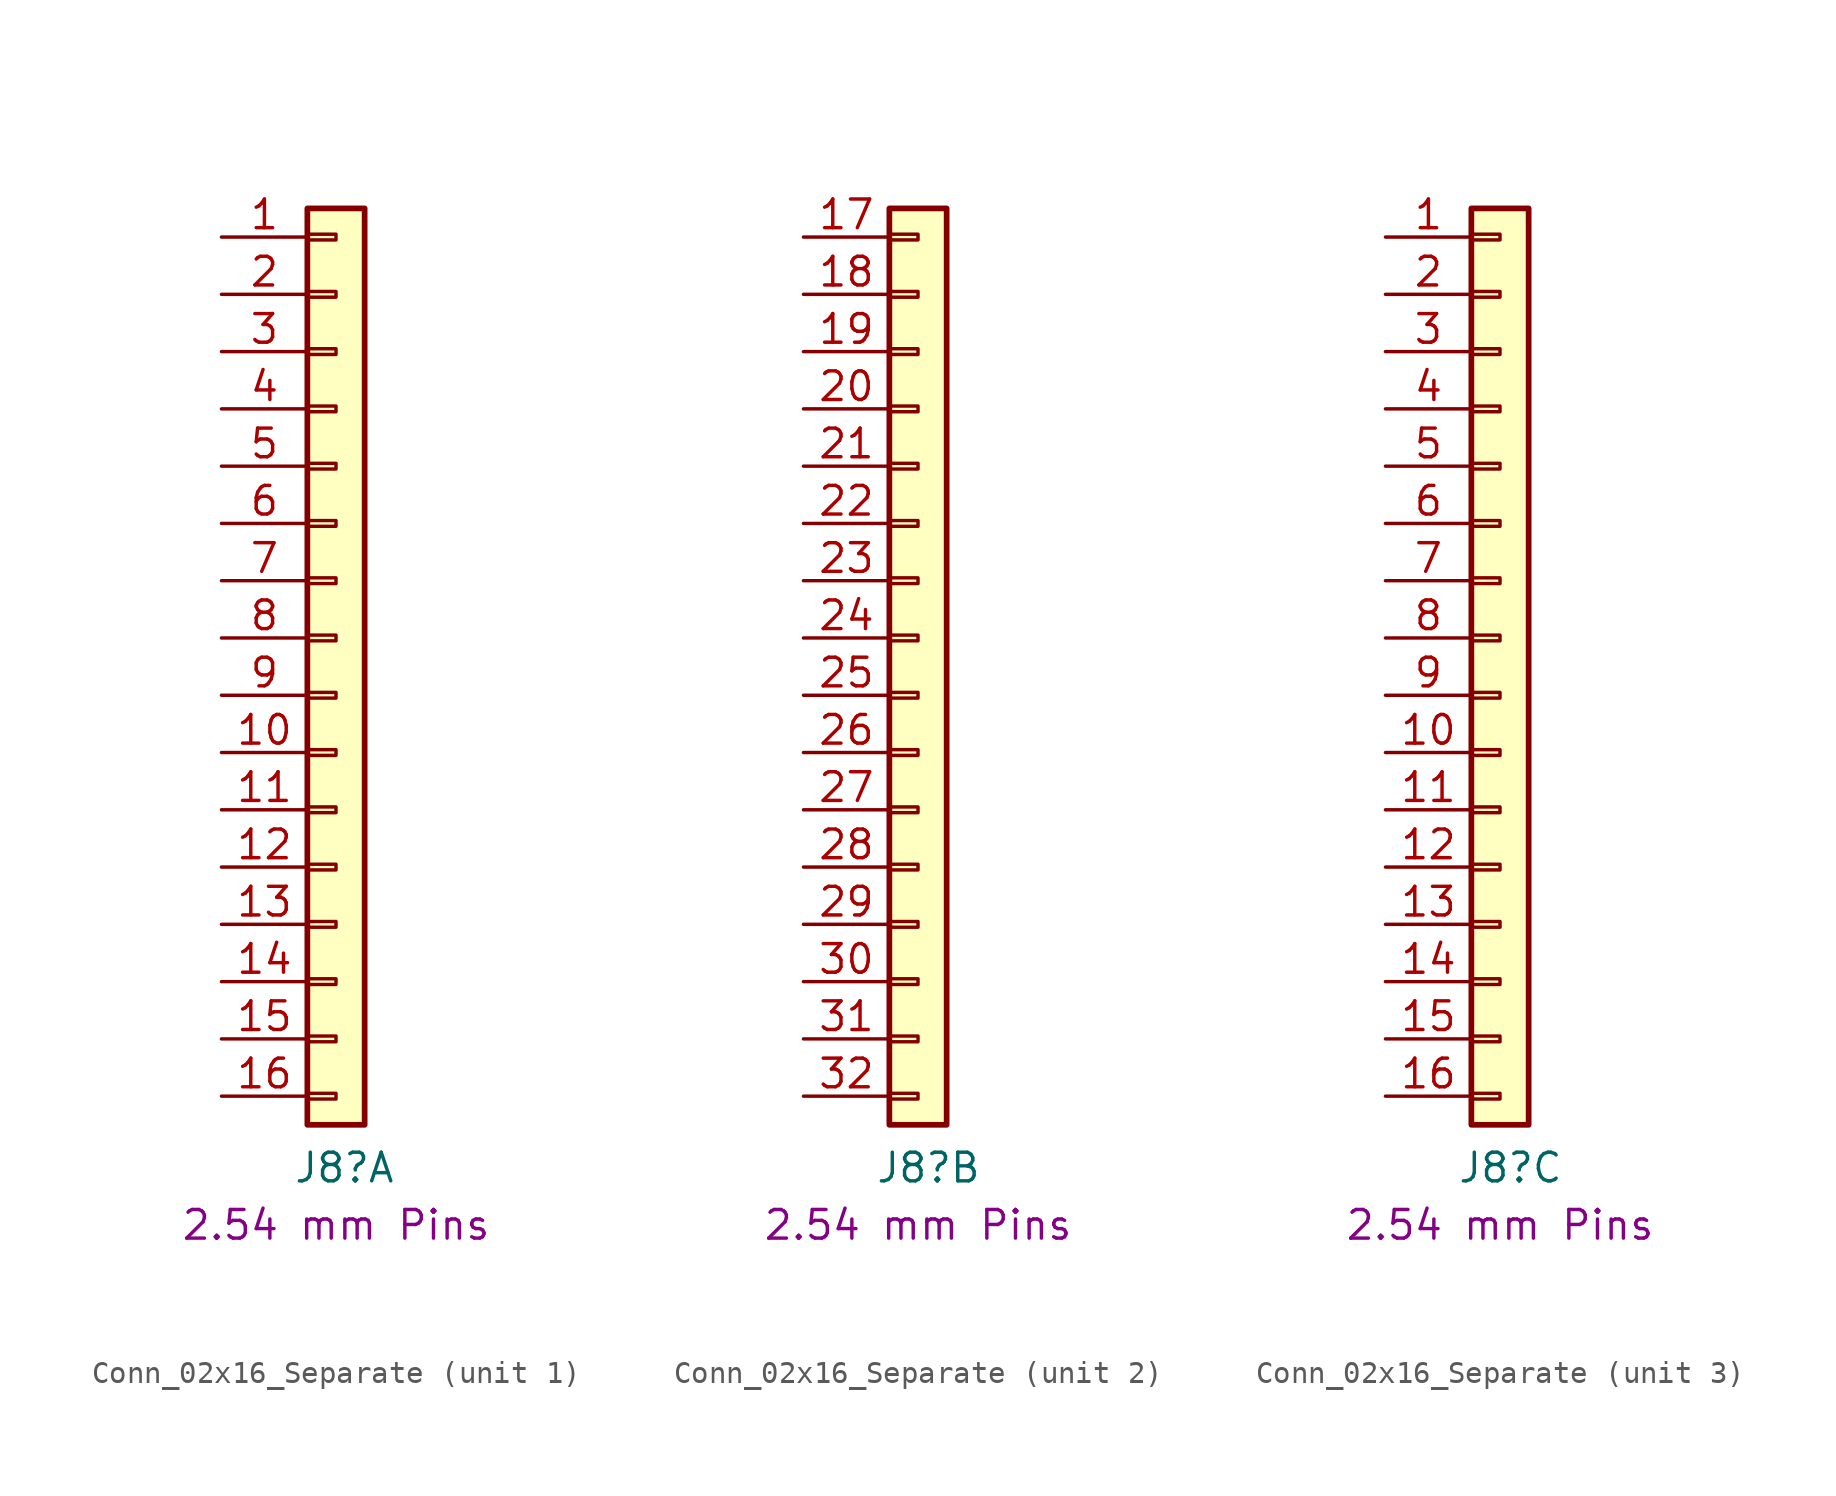
<source format=kicad_sym>
(kicad_symbol_lib
  (version 20211014)
  (generator kicad_symbol_editor)
  (symbol "Conn_02x16_Separate"
    (property "Reference" "J8"
      (at -1.905 -22.225 0)
      (effects (font (size 1.27 1.27)) (justify left)))
    (property "Field4" "2.54 mm Pins"
      (at 0 -24.765 0)
      (effects (font (size 1.27 1.27))))
    (property "ki_locked" ""
      (at 0 0 0)
      (effects (font (size 1.27 1.27))))
    (symbol "Conn_02x16_Separate_1_1"
      (rectangle (start -1.27 -18.923) (end 0 -19.177) (stroke (width 0.152) (type default) (color 0 0 0 0)) (fill (type none)))
      (rectangle (start -1.27 -16.383) (end 0 -16.637) (stroke (width 0.152) (type default) (color 0 0 0 0)) (fill (type none)))
      (rectangle (start -1.27 -13.843) (end 0 -14.097) (stroke (width 0.152) (type default) (color 0 0 0 0)) (fill (type none)))
      (rectangle (start -1.27 -11.303) (end 0 -11.557) (stroke (width 0.152) (type default) (color 0 0 0 0)) (fill (type none)))
      (rectangle (start -1.27 -8.763) (end 0 -9.017) (stroke (width 0.152) (type default) (color 0 0 0 0)) (fill (type none)))
      (rectangle (start -1.27 -6.223) (end 0 -6.477) (stroke (width 0.152) (type default) (color 0 0 0 0)) (fill (type none)))
      (rectangle (start -1.27 -3.683) (end 0 -3.937) (stroke (width 0.152) (type default) (color 0 0 0 0)) (fill (type none)))
      (rectangle (start -1.27 -1.143) (end 0 -1.397) (stroke (width 0.152) (type default) (color 0 0 0 0)) (fill (type none)))
      (rectangle (start -1.27 1.397) (end 0 1.143) (stroke (width 0.152) (type default) (color 0 0 0 0)) (fill (type none)))
      (rectangle (start -1.27 3.937) (end 0 3.683) (stroke (width 0.152) (type default) (color 0 0 0 0)) (fill (type none)))
      (rectangle (start -1.27 6.477) (end 0 6.223) (stroke (width 0.152) (type default) (color 0 0 0 0)) (fill (type none)))
      (rectangle (start -1.27 9.017) (end 0 8.763) (stroke (width 0.152) (type default) (color 0 0 0 0)) (fill (type none)))
      (rectangle (start -1.27 11.557) (end 0 11.303) (stroke (width 0.152) (type default) (color 0 0 0 0)) (fill (type none)))
      (rectangle (start -1.27 14.097) (end 0 13.843) (stroke (width 0.152) (type default) (color 0 0 0 0)) (fill (type none)))
      (rectangle (start -1.27 16.637) (end 0 16.383) (stroke (width 0.152) (type default) (color 0 0 0 0)) (fill (type none)))
      (rectangle (start -1.27 19.177) (end 0 18.923) (stroke (width 0.152) (type default) (color 0 0 0 0)) (fill (type none)))
      (rectangle (start -1.27 20.32) (end 1.27 -20.32) (stroke (width 0.254) (type default) (color 0 0 0 0)) (fill (type background)))
      (pin passive line (at -5.08 19.05 0) (length 3.81) (name "" (effects (font (size 1.27 1.27)))) (number "1" (effects (font (size 1.27 1.27)))))
      (pin passive line (at -5.08 -3.81 0) (length 3.81) (name "" (effects (font (size 1.27 1.27)))) (number "10" (effects (font (size 1.27 1.27)))))
      (pin passive line (at -5.08 -6.35 0) (length 3.81) (name "" (effects (font (size 1.27 1.27)))) (number "11" (effects (font (size 1.27 1.27)))))
      (pin passive line (at -5.08 -8.89 0) (length 3.81) (name "" (effects (font (size 1.27 1.27)))) (number "12" (effects (font (size 1.27 1.27)))))
      (pin passive line (at -5.08 -11.43 0) (length 3.81) (name "" (effects (font (size 1.27 1.27)))) (number "13" (effects (font (size 1.27 1.27)))))
      (pin passive line (at -5.08 -13.97 0) (length 3.81) (name "" (effects (font (size 1.27 1.27)))) (number "14" (effects (font (size 1.27 1.27)))))
      (pin passive line (at -5.08 -16.51 0) (length 3.81) (name "" (effects (font (size 1.27 1.27)))) (number "15" (effects (font (size 1.27 1.27)))))
      (pin passive line (at -5.08 -19.05 0) (length 3.81) (name "" (effects (font (size 1.27 1.27)))) (number "16" (effects (font (size 1.27 1.27)))))
      (pin passive line (at -5.08 16.51 0) (length 3.81) (name "" (effects (font (size 1.27 1.27)))) (number "2" (effects (font (size 1.27 1.27)))))
      (pin passive line (at -5.08 13.97 0) (length 3.81) (name "" (effects (font (size 1.27 1.27)))) (number "3" (effects (font (size 1.27 1.27)))))
      (pin passive line (at -5.08 11.43 0) (length 3.81) (name "" (effects (font (size 1.27 1.27)))) (number "4" (effects (font (size 1.27 1.27)))))
      (pin passive line (at -5.08 8.89 0) (length 3.81) (name "" (effects (font (size 1.27 1.27)))) (number "5" (effects (font (size 1.27 1.27)))))
      (pin passive line (at -5.08 6.35 0) (length 3.81) (name "" (effects (font (size 1.27 1.27)))) (number "6" (effects (font (size 1.27 1.27)))))
      (pin passive line (at -5.08 3.81 0) (length 3.81) (name "" (effects (font (size 1.27 1.27)))) (number "7" (effects (font (size 1.27 1.27)))))
      (pin passive line (at -5.08 1.27 0) (length 3.81) (name "" (effects (font (size 1.27 1.27)))) (number "8" (effects (font (size 1.27 1.27)))))
      (pin passive line (at -5.08 -1.27 0) (length 3.81) (name "" (effects (font (size 1.27 1.27)))) (number "9" (effects (font (size 1.27 1.27))))))
    (symbol "Conn_02x16_Separate_2_1"
      (rectangle (start -1.27 -18.923) (end 0 -19.177) (stroke (width 0.152) (type default) (color 0 0 0 0)) (fill (type none)))
      (rectangle (start -1.27 -16.383) (end 0 -16.637) (stroke (width 0.152) (type default) (color 0 0 0 0)) (fill (type none)))
      (rectangle (start -1.27 -13.843) (end 0 -14.097) (stroke (width 0.152) (type default) (color 0 0 0 0)) (fill (type none)))
      (rectangle (start -1.27 -11.303) (end 0 -11.557) (stroke (width 0.152) (type default) (color 0 0 0 0)) (fill (type none)))
      (rectangle (start -1.27 -8.763) (end 0 -9.017) (stroke (width 0.152) (type default) (color 0 0 0 0)) (fill (type none)))
      (rectangle (start -1.27 -6.223) (end 0 -6.477) (stroke (width 0.152) (type default) (color 0 0 0 0)) (fill (type none)))
      (rectangle (start -1.27 -3.683) (end 0 -3.937) (stroke (width 0.152) (type default) (color 0 0 0 0)) (fill (type none)))
      (rectangle (start -1.27 -1.143) (end 0 -1.397) (stroke (width 0.152) (type default) (color 0 0 0 0)) (fill (type none)))
      (rectangle (start -1.27 1.397) (end 0 1.143) (stroke (width 0.152) (type default) (color 0 0 0 0)) (fill (type none)))
      (rectangle (start -1.27 3.937) (end 0 3.683) (stroke (width 0.152) (type default) (color 0 0 0 0)) (fill (type none)))
      (rectangle (start -1.27 6.477) (end 0 6.223) (stroke (width 0.152) (type default) (color 0 0 0 0)) (fill (type none)))
      (rectangle (start -1.27 9.017) (end 0 8.763) (stroke (width 0.152) (type default) (color 0 0 0 0)) (fill (type none)))
      (rectangle (start -1.27 11.557) (end 0 11.303) (stroke (width 0.152) (type default) (color 0 0 0 0)) (fill (type none)))
      (rectangle (start -1.27 14.097) (end 0 13.843) (stroke (width 0.152) (type default) (color 0 0 0 0)) (fill (type none)))
      (rectangle (start -1.27 16.637) (end 0 16.383) (stroke (width 0.152) (type default) (color 0 0 0 0)) (fill (type none)))
      (rectangle (start -1.27 19.177) (end 0 18.923) (stroke (width 0.152) (type default) (color 0 0 0 0)) (fill (type none)))
      (rectangle (start -1.27 20.32) (end 1.27 -20.32) (stroke (width 0.254) (type default) (color 0 0 0 0)) (fill (type background)))
      (pin passive line (at -5.08 19.05 0) (length 3.81) (name "" (effects (font (size 1.27 1.27)))) (number "17" (effects (font (size 1.27 1.27)))))
      (pin passive line (at -5.08 16.51 0) (length 3.81) (name "" (effects (font (size 1.27 1.27)))) (number "18" (effects (font (size 1.27 1.27)))))
      (pin passive line (at -5.08 13.97 0) (length 3.81) (name "" (effects (font (size 1.27 1.27)))) (number "19" (effects (font (size 1.27 1.27)))))
      (pin passive line (at -5.08 11.43 0) (length 3.81) (name "" (effects (font (size 1.27 1.27)))) (number "20" (effects (font (size 1.27 1.27)))))
      (pin passive line (at -5.08 8.89 0) (length 3.81) (name "" (effects (font (size 1.27 1.27)))) (number "21" (effects (font (size 1.27 1.27)))))
      (pin passive line (at -5.08 6.35 0) (length 3.81) (name "" (effects (font (size 1.27 1.27)))) (number "22" (effects (font (size 1.27 1.27)))))
      (pin passive line (at -5.08 3.81 0) (length 3.81) (name "" (effects (font (size 1.27 1.27)))) (number "23" (effects (font (size 1.27 1.27)))))
      (pin passive line (at -5.08 1.27 0) (length 3.81) (name "" (effects (font (size 1.27 1.27)))) (number "24" (effects (font (size 1.27 1.27)))))
      (pin passive line (at -5.08 -1.27 0) (length 3.81) (name "" (effects (font (size 1.27 1.27)))) (number "25" (effects (font (size 1.27 1.27)))))
      (pin passive line (at -5.08 -3.81 0) (length 3.81) (name "" (effects (font (size 1.27 1.27)))) (number "26" (effects (font (size 1.27 1.27)))))
      (pin passive line (at -5.08 -6.35 0) (length 3.81) (name "" (effects (font (size 1.27 1.27)))) (number "27" (effects (font (size 1.27 1.27)))))
      (pin passive line (at -5.08 -8.89 0) (length 3.81) (name "" (effects (font (size 1.27 1.27)))) (number "28" (effects (font (size 1.27 1.27)))))
      (pin passive line (at -5.08 -11.43 0) (length 3.81) (name "" (effects (font (size 1.27 1.27)))) (number "29" (effects (font (size 1.27 1.27)))))
      (pin passive line (at -5.08 -13.97 0) (length 3.81) (name "" (effects (font (size 1.27 1.27)))) (number "30" (effects (font (size 1.27 1.27)))))
      (pin passive line (at -5.08 -16.51 0) (length 3.81) (name "" (effects (font (size 1.27 1.27)))) (number "31" (effects (font (size 1.27 1.27)))))
      (pin passive line (at -5.08 -19.05 0) (length 3.81) (name "" (effects (font (size 1.27 1.27)))) (number "32" (effects (font (size 1.27 1.27))))))
    (symbol "Conn_02x16_Separate_3_1"
      (rectangle (start -1.27 -18.923) (end 0 -19.177) (stroke (width 0.152) (type default) (color 0 0 0 0)) (fill (type none)))
      (rectangle (start -1.27 -16.383) (end 0 -16.637) (stroke (width 0.152) (type default) (color 0 0 0 0)) (fill (type none)))
      (rectangle (start -1.27 -13.843) (end 0 -14.097) (stroke (width 0.152) (type default) (color 0 0 0 0)) (fill (type none)))
      (rectangle (start -1.27 -11.303) (end 0 -11.557) (stroke (width 0.152) (type default) (color 0 0 0 0)) (fill (type none)))
      (rectangle (start -1.27 -8.763) (end 0 -9.017) (stroke (width 0.152) (type default) (color 0 0 0 0)) (fill (type none)))
      (rectangle (start -1.27 -6.223) (end 0 -6.477) (stroke (width 0.152) (type default) (color 0 0 0 0)) (fill (type none)))
      (rectangle (start -1.27 -3.683) (end 0 -3.937) (stroke (width 0.152) (type default) (color 0 0 0 0)) (fill (type none)))
      (rectangle (start -1.27 -1.143) (end 0 -1.397) (stroke (width 0.152) (type default) (color 0 0 0 0)) (fill (type none)))
      (rectangle (start -1.27 1.397) (end 0 1.143) (stroke (width 0.152) (type default) (color 0 0 0 0)) (fill (type none)))
      (rectangle (start -1.27 3.937) (end 0 3.683) (stroke (width 0.152) (type default) (color 0 0 0 0)) (fill (type none)))
      (rectangle (start -1.27 6.477) (end 0 6.223) (stroke (width 0.152) (type default) (color 0 0 0 0)) (fill (type none)))
      (rectangle (start -1.27 9.017) (end 0 8.763) (stroke (width 0.152) (type default) (color 0 0 0 0)) (fill (type none)))
      (rectangle (start -1.27 11.557) (end 0 11.303) (stroke (width 0.152) (type default) (color 0 0 0 0)) (fill (type none)))
      (rectangle (start -1.27 14.097) (end 0 13.843) (stroke (width 0.152) (type default) (color 0 0 0 0)) (fill (type none)))
      (rectangle (start -1.27 16.637) (end 0 16.383) (stroke (width 0.152) (type default) (color 0 0 0 0)) (fill (type none)))
      (rectangle (start -1.27 19.177) (end 0 18.923) (stroke (width 0.152) (type default) (color 0 0 0 0)) (fill (type none)))
      (rectangle (start -1.27 20.32) (end 1.27 -20.32) (stroke (width 0.254) (type default) (color 0 0 0 0)) (fill (type background)))
      (pin passive line (at -5.08 19.05 0) (length 3.81) (name "" (effects (font (size 1.27 1.27)))) (number "1" (effects (font (size 1.27 1.27)))))
      (pin passive line (at -5.08 -3.81 0) (length 3.81) (name "" (effects (font (size 1.27 1.27)))) (number "10" (effects (font (size 1.27 1.27)))))
      (pin passive line (at -5.08 -6.35 0) (length 3.81) (name "" (effects (font (size 1.27 1.27)))) (number "11" (effects (font (size 1.27 1.27)))))
      (pin passive line (at -5.08 -8.89 0) (length 3.81) (name "" (effects (font (size 1.27 1.27)))) (number "12" (effects (font (size 1.27 1.27)))))
      (pin passive line (at -5.08 -11.43 0) (length 3.81) (name "" (effects (font (size 1.27 1.27)))) (number "13" (effects (font (size 1.27 1.27)))))
      (pin passive line (at -5.08 -13.97 0) (length 3.81) (name "" (effects (font (size 1.27 1.27)))) (number "14" (effects (font (size 1.27 1.27)))))
      (pin passive line (at -5.08 -16.51 0) (length 3.81) (name "" (effects (font (size 1.27 1.27)))) (number "15" (effects (font (size 1.27 1.27)))))
      (pin passive line (at -5.08 -19.05 0) (length 3.81) (name "" (effects (font (size 1.27 1.27)))) (number "16" (effects (font (size 1.27 1.27)))))
      (pin passive line (at -5.08 16.51 0) (length 3.81) (name "" (effects (font (size 1.27 1.27)))) (number "2" (effects (font (size 1.27 1.27)))))
      (pin passive line (at -5.08 13.97 0) (length 3.81) (name "" (effects (font (size 1.27 1.27)))) (number "3" (effects (font (size 1.27 1.27)))))
      (pin passive line (at -5.08 11.43 0) (length 3.81) (name "" (effects (font (size 1.27 1.27)))) (number "4" (effects (font (size 1.27 1.27)))))
      (pin passive line (at -5.08 8.89 0) (length 3.81) (name "" (effects (font (size 1.27 1.27)))) (number "5" (effects (font (size 1.27 1.27)))))
      (pin passive line (at -5.08 6.35 0) (length 3.81) (name "" (effects (font (size 1.27 1.27)))) (number "6" (effects (font (size 1.27 1.27)))))
      (pin passive line (at -5.08 3.81 0) (length 3.81) (name "" (effects (font (size 1.27 1.27)))) (number "7" (effects (font (size 1.27 1.27)))))
      (pin passive line (at -5.08 1.27 0) (length 3.81) (name "" (effects (font (size 1.27 1.27)))) (number "8" (effects (font (size 1.27 1.27)))))
      (pin passive line (at -5.08 -1.27 0) (length 3.81) (name "" (effects (font (size 1.27 1.27)))) (number "9" (effects (font (size 1.27 1.27))))))))
</source>
